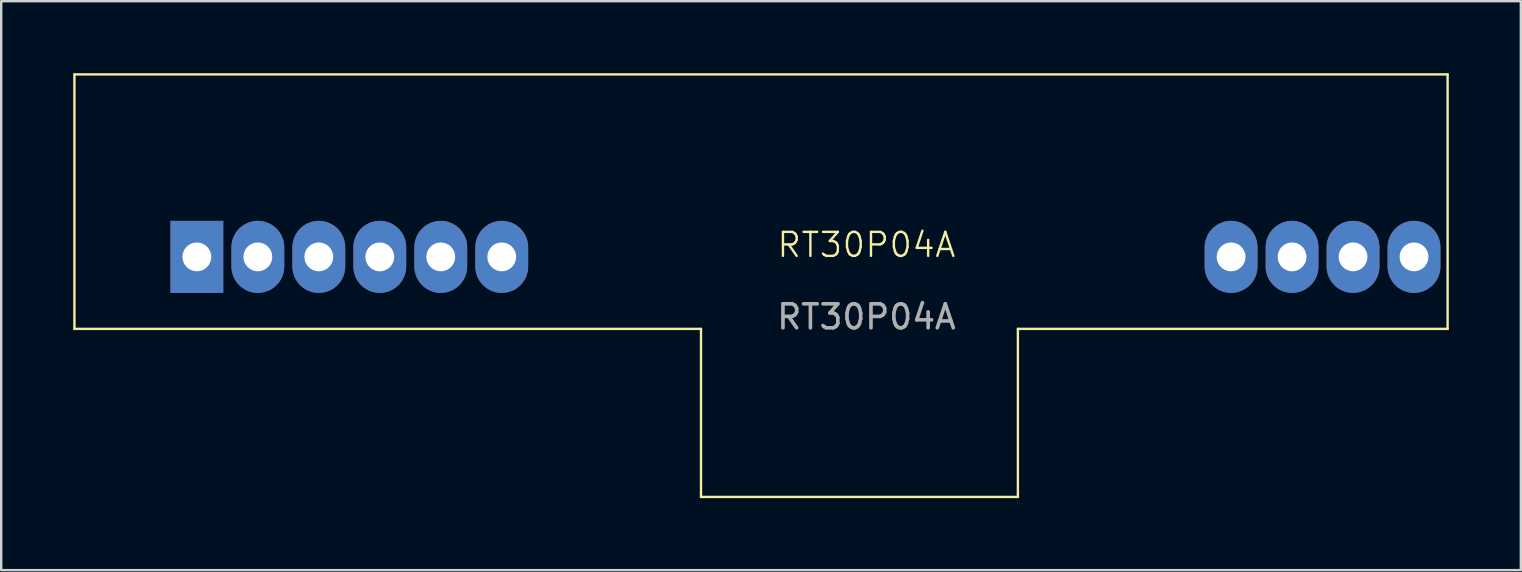
<source format=kicad_pcb>
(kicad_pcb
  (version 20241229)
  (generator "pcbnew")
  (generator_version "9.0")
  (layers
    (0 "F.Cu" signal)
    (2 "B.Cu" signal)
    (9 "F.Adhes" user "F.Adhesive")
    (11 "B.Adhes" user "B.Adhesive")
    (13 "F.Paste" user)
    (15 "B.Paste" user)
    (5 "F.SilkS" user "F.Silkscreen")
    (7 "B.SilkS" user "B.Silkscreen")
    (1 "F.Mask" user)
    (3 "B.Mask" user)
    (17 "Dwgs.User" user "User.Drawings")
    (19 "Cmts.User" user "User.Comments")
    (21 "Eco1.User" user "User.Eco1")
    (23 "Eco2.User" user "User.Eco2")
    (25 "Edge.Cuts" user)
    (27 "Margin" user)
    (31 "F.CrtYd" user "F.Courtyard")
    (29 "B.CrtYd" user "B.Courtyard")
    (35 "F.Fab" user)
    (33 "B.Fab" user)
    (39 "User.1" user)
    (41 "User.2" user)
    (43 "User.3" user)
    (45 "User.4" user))
  (footprint "RT30P04A"
    (layer "F.Cu")
    (at 33.04 7.65)
    (property "Reference" "RT30P04A" (at 0 -0.5 0) (unlocked yes) (layer "F.SilkS") (effects (font (size 1 1) (thickness 0.1))))
    (attr through_hole)
    (fp_line (start -32.99 -7.6) (end 24.21 -7.6) (stroke (width 0.1) (type default)) (layer "F.SilkS"))
    (fp_line (start -32.99 3) (end -32.99 -7.6) (stroke (width 0.1) (type default)) (layer "F.SilkS"))
    (fp_line (start -6.89 3) (end -32.99 3) (stroke (width 0.1) (type default)) (layer "F.SilkS"))
    (fp_line (start -6.89 10) (end -6.89 3) (stroke (width 0.1) (type default)) (layer "F.SilkS"))
    (fp_line (start -6.89 10) (end 6.31 10) (stroke (width 0.1) (type default)) (layer "F.SilkS"))
    (fp_line (start 6.31 3) (end 24.21 3) (stroke (width 0.1) (type default)) (layer "F.SilkS"))
    (fp_line (start 6.31 10) (end 6.31 3) (stroke (width 0.1) (type default)) (layer "F.SilkS"))
    (fp_line (start 24.21 -7.6) (end 24.21 3) (stroke (width 0.1) (type default)) (layer "F.SilkS"))
    (fp_text user "${REFERENCE}" (at 0 2.5 0) (unlocked yes) (layer "F.Fab") (effects (font (size 1 1) (thickness 0.15))))
    (pad "1" thru_hole rect (at -27.89 0) (size 2.2 3) (drill 1.2) (layers "*.Cu" "*.Mask"))
    (pad "2" thru_hole oval (at -25.35 0) (size 2.2 3) (drill 1.2) (layers "*.Cu" "*.Mask"))
    (pad "3" thru_hole oval (at -22.81 0) (size 2.2 3) (drill 1.2) (layers "*.Cu" "*.Mask"))
    (pad "4" thru_hole oval (at -20.27 0) (size 2.2 3) (drill 1.2) (layers "*.Cu" "*.Mask"))
    (pad "5" thru_hole oval (at -17.73 0) (size 2.2 3) (drill 1.2) (layers "*.Cu" "*.Mask"))
    (pad "6" thru_hole oval (at -15.19 0) (size 2.2 3) (drill 1.2) (layers "*.Cu" "*.Mask"))
    (pad "7" thru_hole oval (at 15.19 0) (size 2.2 3) (drill 1.2) (layers "*.Cu" "*.Mask"))
    (pad "8" thru_hole oval (at 17.73 0) (size 2.2 3) (drill 1.2) (layers "*.Cu" "*.Mask"))
    (pad "9" thru_hole oval (at 20.27 0) (size 2.2 3) (drill 1.2) (layers "*.Cu" "*.Mask"))
    (pad "10" thru_hole oval (at 22.81 0) (size 2.2 3) (drill 1.2) (layers "*.Cu" "*.Mask")))
  (gr_rect
    (start -3 -3)
    (end 60.3 20.7)
    (stroke (width 0.1) (type default))
    (fill no)
    (layer "Edge.Cuts")))
</source>
